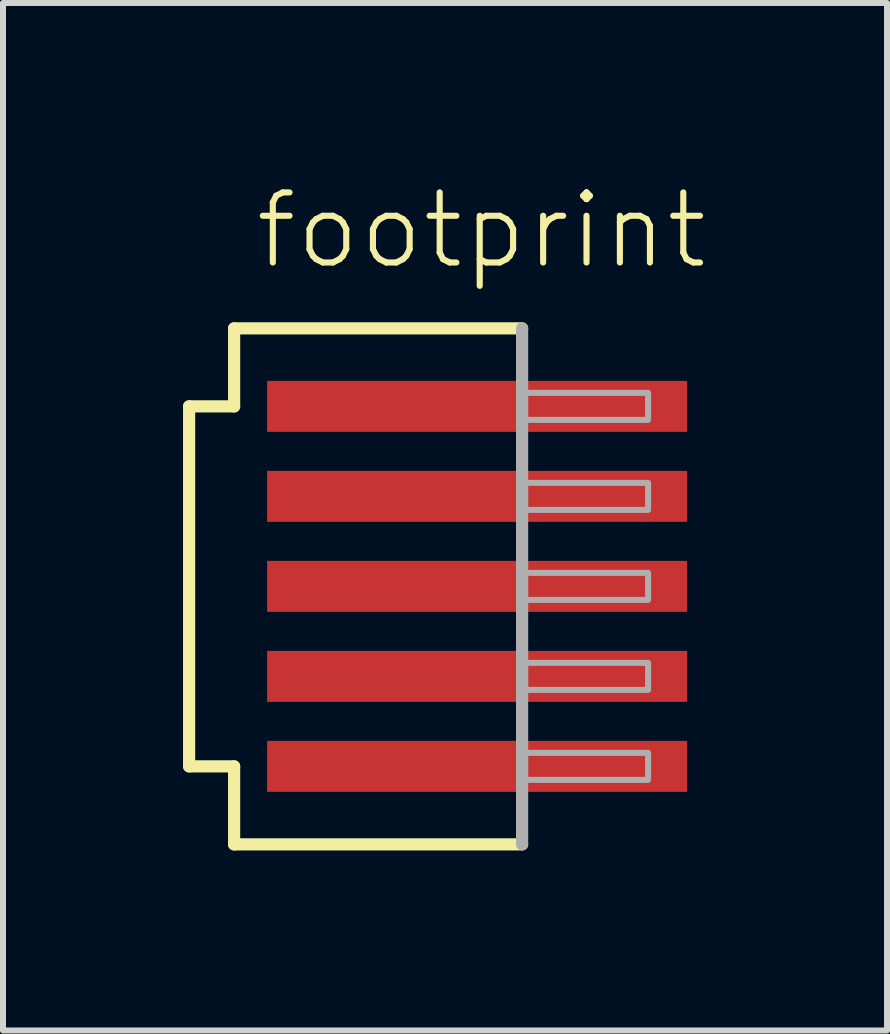
<source format=kicad_pcb>
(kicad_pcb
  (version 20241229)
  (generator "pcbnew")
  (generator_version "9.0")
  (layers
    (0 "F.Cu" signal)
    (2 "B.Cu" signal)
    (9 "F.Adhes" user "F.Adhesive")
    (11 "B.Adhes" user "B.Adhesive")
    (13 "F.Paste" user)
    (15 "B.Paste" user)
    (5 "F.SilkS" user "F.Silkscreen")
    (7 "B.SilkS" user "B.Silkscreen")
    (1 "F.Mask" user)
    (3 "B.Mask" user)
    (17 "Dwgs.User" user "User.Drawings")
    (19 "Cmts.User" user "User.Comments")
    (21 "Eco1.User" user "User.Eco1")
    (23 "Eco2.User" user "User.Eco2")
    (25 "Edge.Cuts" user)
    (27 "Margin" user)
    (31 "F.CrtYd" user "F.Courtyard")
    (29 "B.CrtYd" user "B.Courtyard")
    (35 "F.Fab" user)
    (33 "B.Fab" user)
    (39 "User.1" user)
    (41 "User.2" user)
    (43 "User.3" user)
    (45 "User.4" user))
  (footprint "footprint"
    (layer "F.Cu")
    (at 4.902 6.723)
    (property "Reference" "footprint" (at -3.75 -5.25 0) (layer "F.SilkS") (effects (font (size 1.168 1.168) (thickness 0.102)) (justify left bottom)))
    (fp_line (start -4.8 -3) (end -4.05 -3) (stroke (width 0.203) (type solid)) (layer "F.SilkS"))
    (fp_line (start -4.8 3) (end -4.8 -3) (stroke (width 0.203) (type solid)) (layer "F.SilkS"))
    (fp_line (start -4.05 -4.3) (end 0.75 -4.3) (stroke (width 0.203) (type solid)) (layer "F.SilkS"))
    (fp_line (start -4.05 -3) (end -4.05 -4.3) (stroke (width 0.203) (type solid)) (layer "F.SilkS"))
    (fp_line (start -4.05 3) (end -4.8 3) (stroke (width 0.203) (type solid)) (layer "F.SilkS"))
    (fp_line (start -4.05 4.3) (end -4.05 3) (stroke (width 0.203) (type solid)) (layer "F.SilkS"))
    (fp_line (start 0.75 4.3) (end -4.05 4.3) (stroke (width 0.203) (type solid)) (layer "F.SilkS"))
    (fp_line (start 0.75 -4.3) (end 0.75 4.3) (stroke (width 0.203) (type solid)) (layer "F.Fab"))
    (fp_poly (pts (xy 0.8 -2.775) (xy 2.85 -2.775) (xy 2.85 -3.225) (xy 0.8 -3.225)) (stroke (width 0.1) (type solid)) (fill no) (layer "F.Fab"))
    (fp_poly (pts (xy 0.8 -1.275) (xy 2.85 -1.275) (xy 2.85 -1.725) (xy 0.8 -1.725)) (stroke (width 0.1) (type solid)) (fill no) (layer "F.Fab"))
    (fp_poly (pts (xy 0.8 0.225) (xy 2.85 0.225) (xy 2.85 -0.225) (xy 0.8 -0.225)) (stroke (width 0.1) (type solid)) (fill no) (layer "F.Fab"))
    (fp_poly (pts (xy 0.8 1.725) (xy 2.85 1.725) (xy 2.85 1.275) (xy 0.8 1.275)) (stroke (width 0.1) (type solid)) (fill no) (layer "F.Fab"))
    (fp_poly (pts (xy 0.8 3.225) (xy 2.85 3.225) (xy 2.85 2.775) (xy 0.8 2.775)) (stroke (width 0.1) (type solid)) (fill no) (layer "F.Fab"))
    (pad "1" smd rect (at 0 -3) (size 7 0.85) (layers "F.Cu" "F.Mask" "F.Paste"))
    (pad "2" smd rect (at 0 -1.5) (size 7 0.85) (layers "F.Cu" "F.Mask" "F.Paste"))
    (pad "3" smd rect (at 0 0) (size 7 0.85) (layers "F.Cu" "F.Mask" "F.Paste"))
    (pad "4" smd rect (at 0 1.5) (size 7 0.85) (layers "F.Cu" "F.Mask" "F.Paste"))
    (pad "5" smd rect (at 0 3) (size 7 0.85) (layers "F.Cu" "F.Mask" "F.Paste")))
  (gr_rect
    (start -3 -3)
    (end 11.734 14.125)
    (stroke (width 0.1) (type default))
    (fill no)
    (layer "Edge.Cuts")))
</source>
